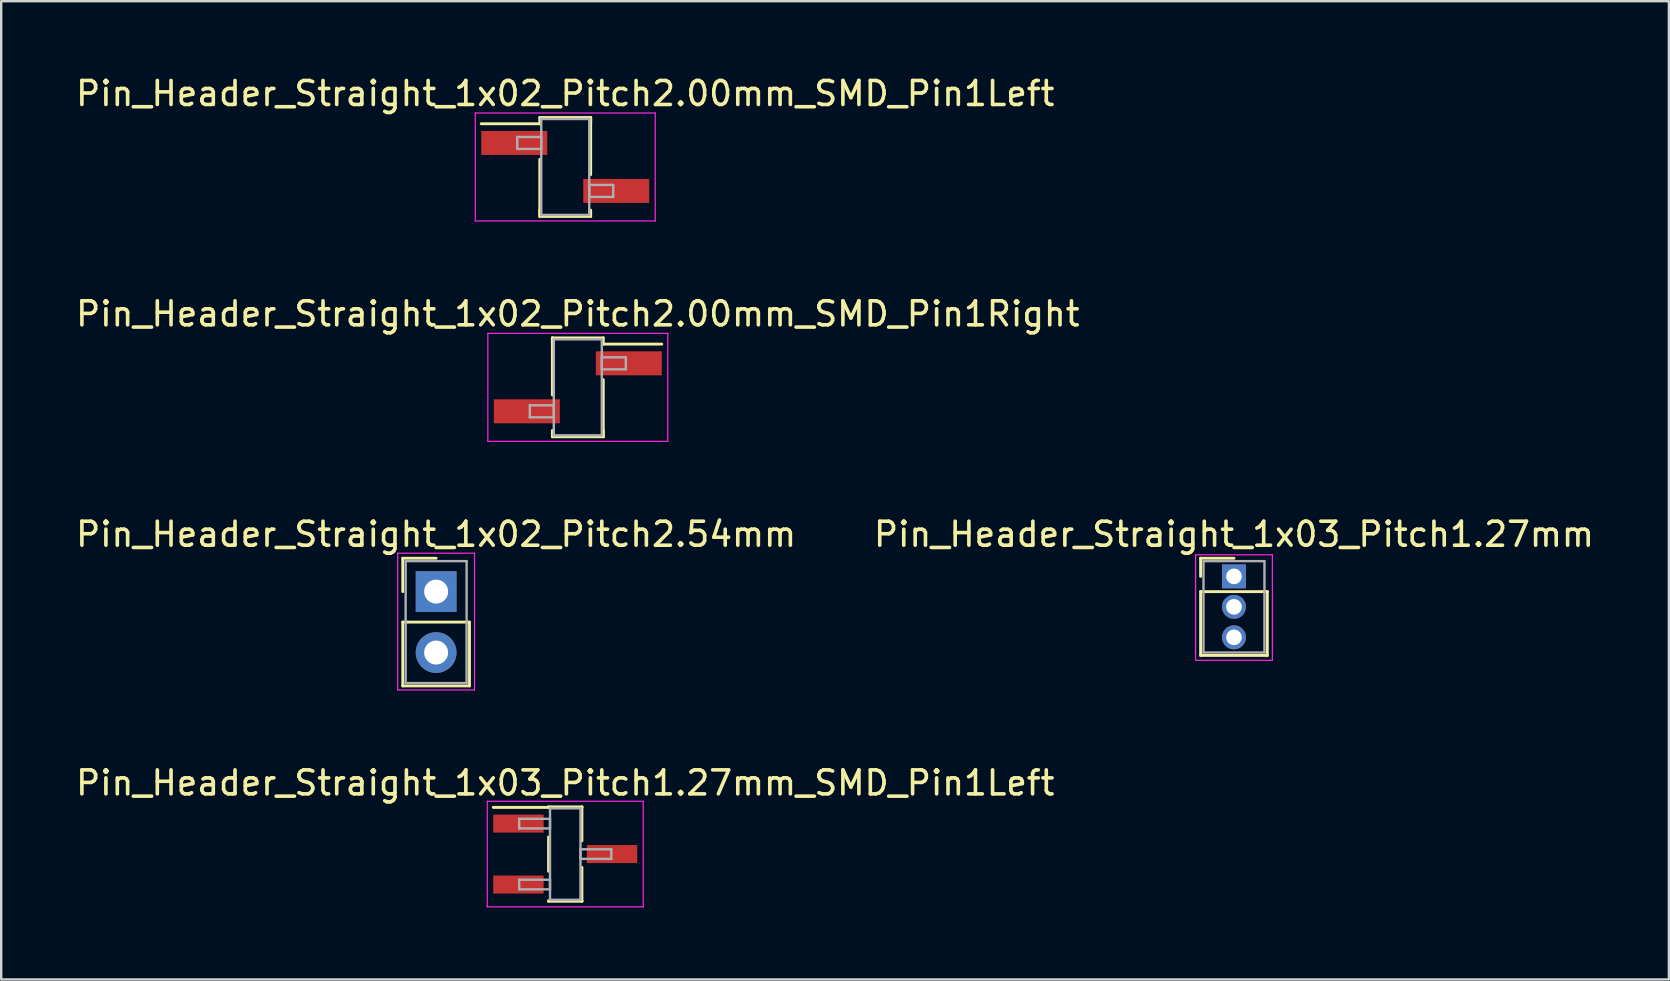
<source format=kicad_pcb>
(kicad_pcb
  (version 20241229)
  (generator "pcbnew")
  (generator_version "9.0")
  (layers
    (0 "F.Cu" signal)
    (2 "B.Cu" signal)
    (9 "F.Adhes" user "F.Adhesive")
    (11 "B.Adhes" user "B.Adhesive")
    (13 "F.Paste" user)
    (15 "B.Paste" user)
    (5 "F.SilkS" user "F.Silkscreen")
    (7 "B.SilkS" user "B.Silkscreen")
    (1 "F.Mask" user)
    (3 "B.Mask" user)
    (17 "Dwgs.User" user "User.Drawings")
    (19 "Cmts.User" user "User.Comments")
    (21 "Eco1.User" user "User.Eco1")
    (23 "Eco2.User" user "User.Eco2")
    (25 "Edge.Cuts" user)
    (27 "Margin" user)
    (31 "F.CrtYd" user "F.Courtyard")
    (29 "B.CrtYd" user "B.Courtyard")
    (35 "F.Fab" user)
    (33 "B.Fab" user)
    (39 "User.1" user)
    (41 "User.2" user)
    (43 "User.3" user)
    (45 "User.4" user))
  (footprint "Pin_Header_Straight_1x03_Pitch1.27mm_SMD_Pin1Left"
    (layer "F.Cu")
    (at 20.506 32.543)
    (property "Reference" "Pin_Header_Straight_1x03_Pitch1.27mm_SMD_Pin1Left" (at 0 -2.965 0) (layer "F.SilkS") (effects (font (size 1 1) (thickness 0.15))))
    (attr smd)
    (fp_line (start -0.695 -1.965) (end 0.695 -1.965) (stroke (width 0.12) (type solid)) (layer "F.SilkS"))
    (fp_line (start -0.695 -1.945) (end -3 -1.945) (stroke (width 0.12) (type solid)) (layer "F.SilkS"))
    (fp_line (start -0.695 -1.945) (end -0.695 -1.965) (stroke (width 0.12) (type solid)) (layer "F.SilkS"))
    (fp_line (start -0.695 -0.715) (end -0.695 0.715) (stroke (width 0.12) (type solid)) (layer "F.SilkS"))
    (fp_line (start -0.695 1.945) (end -0.695 1.965) (stroke (width 0.12) (type solid)) (layer "F.SilkS"))
    (fp_line (start -0.695 1.965) (end 0.695 1.965) (stroke (width 0.12) (type solid)) (layer "F.SilkS"))
    (fp_line (start 0.695 -1.965) (end 0.695 -1.945) (stroke (width 0.12) (type solid)) (layer "F.SilkS"))
    (fp_line (start 0.695 -1.965) (end 0.695 -0.555) (stroke (width 0.12) (type solid)) (layer "F.SilkS"))
    (fp_line (start 0.695 0.555) (end 0.695 1.965) (stroke (width 0.12) (type solid)) (layer "F.SilkS"))
    (fp_line (start 0.695 1.965) (end 0.695 1.945) (stroke (width 0.12) (type solid)) (layer "F.SilkS"))
    (fp_line (start -3.25 -2.2) (end -3.25 2.2) (stroke (width 0.05) (type solid)) (layer "F.CrtYd"))
    (fp_line (start -3.25 2.2) (end 3.25 2.2) (stroke (width 0.05) (type solid)) (layer "F.CrtYd"))
    (fp_line (start 3.25 -2.2) (end -3.25 -2.2) (stroke (width 0.05) (type solid)) (layer "F.CrtYd"))
    (fp_line (start 3.25 2.2) (end 3.25 -2.2) (stroke (width 0.05) (type solid)) (layer "F.CrtYd"))
    (fp_line (start -1.92 -1.47) (end -0.635 -1.47) (stroke (width 0.1) (type solid)) (layer "F.Fab"))
    (fp_line (start -1.92 -1.07) (end -1.92 -1.47) (stroke (width 0.1) (type solid)) (layer "F.Fab"))
    (fp_line (start -1.92 1.07) (end -0.635 1.07) (stroke (width 0.1) (type solid)) (layer "F.Fab"))
    (fp_line (start -1.92 1.47) (end -1.92 1.07) (stroke (width 0.1) (type solid)) (layer "F.Fab"))
    (fp_line (start -0.635 -1.905) (end -0.635 1.905) (stroke (width 0.1) (type solid)) (layer "F.Fab"))
    (fp_line (start -0.635 -1.47) (end -0.635 -1.07) (stroke (width 0.1) (type solid)) (layer "F.Fab"))
    (fp_line (start -0.635 -1.07) (end -1.92 -1.07) (stroke (width 0.1) (type solid)) (layer "F.Fab"))
    (fp_line (start -0.635 1.07) (end -0.635 1.47) (stroke (width 0.1) (type solid)) (layer "F.Fab"))
    (fp_line (start -0.635 1.47) (end -1.92 1.47) (stroke (width 0.1) (type solid)) (layer "F.Fab"))
    (fp_line (start -0.635 1.905) (end 0.635 1.905) (stroke (width 0.1) (type solid)) (layer "F.Fab"))
    (fp_line (start 0.635 -1.905) (end -0.635 -1.905) (stroke (width 0.1) (type solid)) (layer "F.Fab"))
    (fp_line (start 0.635 -0.2) (end 0.635 0.2) (stroke (width 0.1) (type solid)) (layer "F.Fab"))
    (fp_line (start 0.635 0.2) (end 1.92 0.2) (stroke (width 0.1) (type solid)) (layer "F.Fab"))
    (fp_line (start 0.635 1.905) (end 0.635 -1.905) (stroke (width 0.1) (type solid)) (layer "F.Fab"))
    (fp_line (start 1.92 -0.2) (end 0.635 -0.2) (stroke (width 0.1) (type solid)) (layer "F.Fab"))
    (fp_line (start 1.92 0.2) (end 1.92 -0.2) (stroke (width 0.1) (type solid)) (layer "F.Fab"))
    (pad "1" smd rect (at -1.95 -1.27) (size 2.1 0.75) (layers "F.Cu" "F.Mask"))
    (pad "2" smd rect (at 1.95 0) (size 2.1 0.75) (layers "F.Cu" "F.Mask"))
    (pad "3" smd rect (at -1.95 1.27) (size 2.1 0.75) (layers "F.Cu" "F.Mask")))
  (footprint "Pin_Header_Straight_1x02_Pitch2.00mm_SMD_Pin1Left"
    (layer "F.Cu")
    (at 20.506 3.908)
    (property "Reference" "Pin_Header_Straight_1x02_Pitch2.00mm_SMD_Pin1Left" (at 0 -3.06 0) (layer "F.SilkS") (effects (font (size 1 1) (thickness 0.15))))
    (attr smd)
    (fp_line (start -1.06 -2.06) (end 1.06 -2.06) (stroke (width 0.12) (type solid)) (layer "F.SilkS"))
    (fp_line (start -1.06 -1.8) (end -3.5 -1.8) (stroke (width 0.12) (type solid)) (layer "F.SilkS"))
    (fp_line (start -1.06 -1.8) (end -1.06 -2.06) (stroke (width 0.12) (type solid)) (layer "F.SilkS"))
    (fp_line (start -1.06 -0.32) (end -1.06 2.06) (stroke (width 0.12) (type solid)) (layer "F.SilkS"))
    (fp_line (start -1.06 1.8) (end -1.06 2.06) (stroke (width 0.12) (type solid)) (layer "F.SilkS"))
    (fp_line (start -1.06 2.06) (end 1.06 2.06) (stroke (width 0.12) (type solid)) (layer "F.SilkS"))
    (fp_line (start 1.06 -2.06) (end 1.06 -1.8) (stroke (width 0.12) (type solid)) (layer "F.SilkS"))
    (fp_line (start 1.06 -2.06) (end 1.06 0.32) (stroke (width 0.12) (type solid)) (layer "F.SilkS"))
    (fp_line (start 1.06 2.06) (end 1.06 1.8) (stroke (width 0.12) (type solid)) (layer "F.SilkS"))
    (fp_line (start -3.75 -2.25) (end -3.75 2.25) (stroke (width 0.05) (type solid)) (layer "F.CrtYd"))
    (fp_line (start -3.75 2.25) (end 3.75 2.25) (stroke (width 0.05) (type solid)) (layer "F.CrtYd"))
    (fp_line (start 3.75 -2.25) (end -3.75 -2.25) (stroke (width 0.05) (type solid)) (layer "F.CrtYd"))
    (fp_line (start 3.75 2.25) (end 3.75 -2.25) (stroke (width 0.05) (type solid)) (layer "F.CrtYd"))
    (fp_line (start -2 -1.25) (end -1 -1.25) (stroke (width 0.1) (type solid)) (layer "F.Fab"))
    (fp_line (start -2 -0.75) (end -2 -1.25) (stroke (width 0.1) (type solid)) (layer "F.Fab"))
    (fp_line (start -1 -2) (end -1 2) (stroke (width 0.1) (type solid)) (layer "F.Fab"))
    (fp_line (start -1 -1.25) (end -1 -0.75) (stroke (width 0.1) (type solid)) (layer "F.Fab"))
    (fp_line (start -1 -0.75) (end -2 -0.75) (stroke (width 0.1) (type solid)) (layer "F.Fab"))
    (fp_line (start -1 2) (end 1 2) (stroke (width 0.1) (type solid)) (layer "F.Fab"))
    (fp_line (start 1 -2) (end -1 -2) (stroke (width 0.1) (type solid)) (layer "F.Fab"))
    (fp_line (start 1 0.75) (end 1 1.25) (stroke (width 0.1) (type solid)) (layer "F.Fab"))
    (fp_line (start 1 1.25) (end 2 1.25) (stroke (width 0.1) (type solid)) (layer "F.Fab"))
    (fp_line (start 1 2) (end 1 -2) (stroke (width 0.1) (type solid)) (layer "F.Fab"))
    (fp_line (start 2 0.75) (end 1 0.75) (stroke (width 0.1) (type solid)) (layer "F.Fab"))
    (fp_line (start 2 1.25) (end 2 0.75) (stroke (width 0.1) (type solid)) (layer "F.Fab"))
    (pad "1" smd rect (at -2.125 -1) (size 2.75 1) (layers "F.Cu" "F.Mask"))
    (pad "2" smd rect (at 2.125 1) (size 2.75 1) (layers "F.Cu" "F.Mask")))
  (footprint "Pin_Header_Straight_1x02_Pitch2.00mm_SMD_Pin1Right"
    (layer "F.Cu")
    (at 21.03 13.091)
    (property "Reference" "Pin_Header_Straight_1x02_Pitch2.00mm_SMD_Pin1Right" (at 0 -3.06 0) (layer "F.SilkS") (effects (font (size 1 1) (thickness 0.15))))
    (attr smd)
    (fp_line (start -1.06 -2.06) (end -1.06 0.32) (stroke (width 0.12) (type solid)) (layer "F.SilkS"))
    (fp_line (start -1.06 -2.06) (end 1.06 -2.06) (stroke (width 0.12) (type solid)) (layer "F.SilkS"))
    (fp_line (start -1.06 -1.8) (end -1.06 -2.06) (stroke (width 0.12) (type solid)) (layer "F.SilkS"))
    (fp_line (start -1.06 1.8) (end -1.06 2.06) (stroke (width 0.12) (type solid)) (layer "F.SilkS"))
    (fp_line (start -1.06 2.06) (end 1.06 2.06) (stroke (width 0.12) (type solid)) (layer "F.SilkS"))
    (fp_line (start 1.06 -2.06) (end 1.06 -1.8) (stroke (width 0.12) (type solid)) (layer "F.SilkS"))
    (fp_line (start 1.06 -1.8) (end 3.5 -1.8) (stroke (width 0.12) (type solid)) (layer "F.SilkS"))
    (fp_line (start 1.06 -0.32) (end 1.06 2.06) (stroke (width 0.12) (type solid)) (layer "F.SilkS"))
    (fp_line (start 1.06 2.06) (end 1.06 1.8) (stroke (width 0.12) (type solid)) (layer "F.SilkS"))
    (fp_line (start -3.75 -2.25) (end -3.75 2.25) (stroke (width 0.05) (type solid)) (layer "F.CrtYd"))
    (fp_line (start -3.75 2.25) (end 3.75 2.25) (stroke (width 0.05) (type solid)) (layer "F.CrtYd"))
    (fp_line (start 3.75 -2.25) (end -3.75 -2.25) (stroke (width 0.05) (type solid)) (layer "F.CrtYd"))
    (fp_line (start 3.75 2.25) (end 3.75 -2.25) (stroke (width 0.05) (type solid)) (layer "F.CrtYd"))
    (fp_line (start -2 0.75) (end -1 0.75) (stroke (width 0.1) (type solid)) (layer "F.Fab"))
    (fp_line (start -2 1.25) (end -2 0.75) (stroke (width 0.1) (type solid)) (layer "F.Fab"))
    (fp_line (start -1 -2) (end -1 2) (stroke (width 0.1) (type solid)) (layer "F.Fab"))
    (fp_line (start -1 0.75) (end -1 1.25) (stroke (width 0.1) (type solid)) (layer "F.Fab"))
    (fp_line (start -1 1.25) (end -2 1.25) (stroke (width 0.1) (type solid)) (layer "F.Fab"))
    (fp_line (start -1 2) (end 1 2) (stroke (width 0.1) (type solid)) (layer "F.Fab"))
    (fp_line (start 1 -2) (end -1 -2) (stroke (width 0.1) (type solid)) (layer "F.Fab"))
    (fp_line (start 1 -1.25) (end 1 -0.75) (stroke (width 0.1) (type solid)) (layer "F.Fab"))
    (fp_line (start 1 -0.75) (end 2 -0.75) (stroke (width 0.1) (type solid)) (layer "F.Fab"))
    (fp_line (start 1 2) (end 1 -2) (stroke (width 0.1) (type solid)) (layer "F.Fab"))
    (fp_line (start 2 -1.25) (end 1 -1.25) (stroke (width 0.1) (type solid)) (layer "F.Fab"))
    (fp_line (start 2 -0.75) (end 2 -1.25) (stroke (width 0.1) (type solid)) (layer "F.Fab"))
    (pad "1" smd rect (at 2.125 -1) (size 2.75 1) (layers "F.Cu" "F.Mask"))
    (pad "2" smd rect (at -2.125 1) (size 2.75 1) (layers "F.Cu" "F.Mask")))
  (footprint "Pin_Header_Straight_1x03_Pitch1.27mm"
    (layer "F.Cu")
    (at 48.375 20.97)
    (property "Reference" "Pin_Header_Straight_1x03_Pitch1.27mm" (at 0 -1.755 0) (layer "F.SilkS") (effects (font (size 1 1) (thickness 0.15))))
    (attr through_hole)
    (fp_line (start -1.39 -0.755) (end 0 -0.755) (stroke (width 0.12) (type solid)) (layer "F.SilkS"))
    (fp_line (start -1.39 0) (end -1.39 -0.755) (stroke (width 0.12) (type solid)) (layer "F.SilkS"))
    (fp_line (start -1.39 0.635) (end -1.39 3.295) (stroke (width 0.12) (type solid)) (layer "F.SilkS"))
    (fp_line (start -1.39 3.295) (end 1.39 3.295) (stroke (width 0.12) (type solid)) (layer "F.SilkS"))
    (fp_line (start 1.39 0.635) (end -1.39 0.635) (stroke (width 0.12) (type solid)) (layer "F.SilkS"))
    (fp_line (start 1.39 3.295) (end 1.39 0.635) (stroke (width 0.12) (type solid)) (layer "F.SilkS"))
    (fp_line (start -1.6 -0.9) (end -1.6 3.5) (stroke (width 0.05) (type solid)) (layer "F.CrtYd"))
    (fp_line (start -1.6 3.5) (end 1.6 3.5) (stroke (width 0.05) (type solid)) (layer "F.CrtYd"))
    (fp_line (start 1.6 -0.9) (end -1.6 -0.9) (stroke (width 0.05) (type solid)) (layer "F.CrtYd"))
    (fp_line (start 1.6 3.5) (end 1.6 -0.9) (stroke (width 0.05) (type solid)) (layer "F.CrtYd"))
    (fp_line (start -1.27 -0.635) (end -1.27 3.175) (stroke (width 0.1) (type solid)) (layer "F.Fab"))
    (fp_line (start -1.27 3.175) (end 1.27 3.175) (stroke (width 0.1) (type solid)) (layer "F.Fab"))
    (fp_line (start 1.27 -0.635) (end -1.27 -0.635) (stroke (width 0.1) (type solid)) (layer "F.Fab"))
    (fp_line (start 1.27 3.175) (end 1.27 -0.635) (stroke (width 0.1) (type solid)) (layer "F.Fab"))
    (pad "1" thru_hole rect (at 0 0) (size 1 1) (drill 0.65) (layers "*.Cu" "*.Mask"))
    (pad "2" thru_hole oval (at 0 1.27) (size 1 1) (drill 0.65) (layers "*.Cu" "*.Mask"))
    (pad "3" thru_hole oval (at 0 2.54) (size 1 1) (drill 0.65) (layers "*.Cu" "*.Mask")))
  (footprint "Pin_Header_Straight_1x02_Pitch2.54mm"
    (layer "F.Cu")
    (at 15.125 21.605)
    (property "Reference" "Pin_Header_Straight_1x02_Pitch2.54mm" (at 0 -2.39 0) (layer "F.SilkS") (effects (font (size 1 1) (thickness 0.15))))
    (attr through_hole)
    (fp_line (start -1.39 -1.39) (end 0 -1.39) (stroke (width 0.12) (type solid)) (layer "F.SilkS"))
    (fp_line (start -1.39 0) (end -1.39 -1.39) (stroke (width 0.12) (type solid)) (layer "F.SilkS"))
    (fp_line (start -1.39 1.27) (end -1.39 3.93) (stroke (width 0.12) (type solid)) (layer "F.SilkS"))
    (fp_line (start -1.39 3.93) (end 1.39 3.93) (stroke (width 0.12) (type solid)) (layer "F.SilkS"))
    (fp_line (start 1.39 1.27) (end -1.39 1.27) (stroke (width 0.12) (type solid)) (layer "F.SilkS"))
    (fp_line (start 1.39 3.93) (end 1.39 1.27) (stroke (width 0.12) (type solid)) (layer "F.SilkS"))
    (fp_line (start -1.6 -1.6) (end -1.6 4.1) (stroke (width 0.05) (type solid)) (layer "F.CrtYd"))
    (fp_line (start -1.6 4.1) (end 1.6 4.1) (stroke (width 0.05) (type solid)) (layer "F.CrtYd"))
    (fp_line (start 1.6 -1.6) (end -1.6 -1.6) (stroke (width 0.05) (type solid)) (layer "F.CrtYd"))
    (fp_line (start 1.6 4.1) (end 1.6 -1.6) (stroke (width 0.05) (type solid)) (layer "F.CrtYd"))
    (fp_line (start -1.27 -1.27) (end -1.27 3.81) (stroke (width 0.1) (type solid)) (layer "F.Fab"))
    (fp_line (start -1.27 3.81) (end 1.27 3.81) (stroke (width 0.1) (type solid)) (layer "F.Fab"))
    (fp_line (start 1.27 -1.27) (end -1.27 -1.27) (stroke (width 0.1) (type solid)) (layer "F.Fab"))
    (fp_line (start 1.27 3.81) (end 1.27 -1.27) (stroke (width 0.1) (type solid)) (layer "F.Fab"))
    (pad "1" thru_hole rect (at 0 0) (size 1.7 1.7) (drill 1) (layers "*.Cu" "*.Mask"))
    (pad "2" thru_hole oval (at 0 2.54) (size 1.7 1.7) (drill 1) (layers "*.Cu" "*.Mask")))
  (gr_rect
    (start -3 -3)
    (end 66.5 37.768)
    (stroke (width 0.1) (type default))
    (fill no)
    (layer "Edge.Cuts")))
</source>
